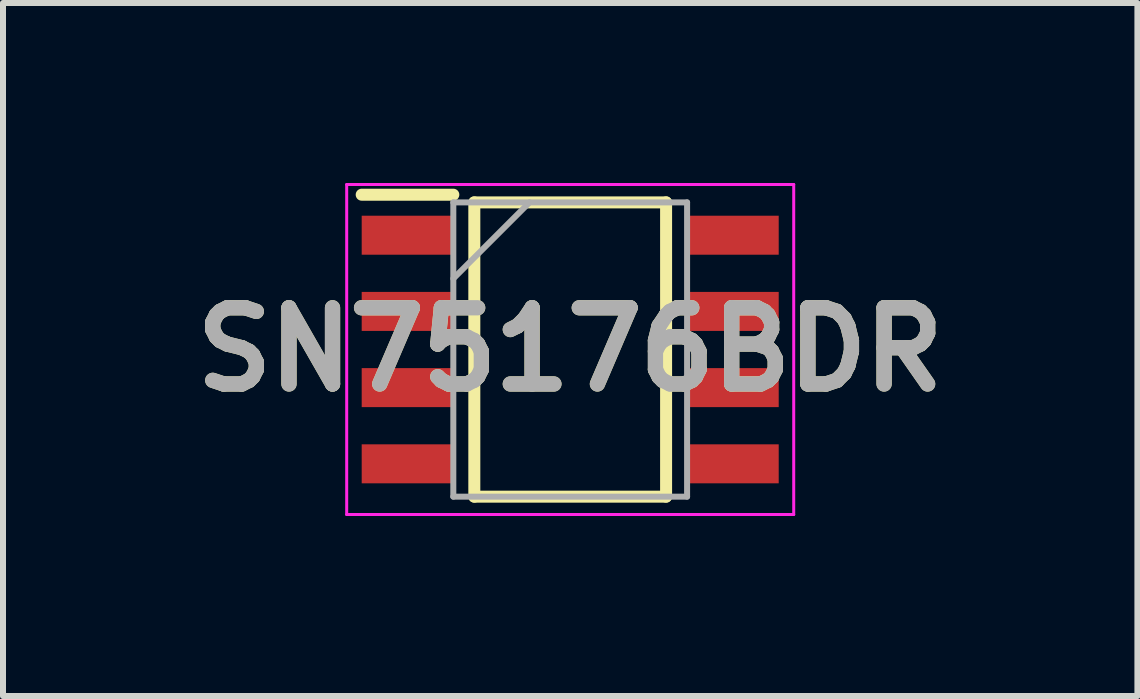
<source format=kicad_pcb>
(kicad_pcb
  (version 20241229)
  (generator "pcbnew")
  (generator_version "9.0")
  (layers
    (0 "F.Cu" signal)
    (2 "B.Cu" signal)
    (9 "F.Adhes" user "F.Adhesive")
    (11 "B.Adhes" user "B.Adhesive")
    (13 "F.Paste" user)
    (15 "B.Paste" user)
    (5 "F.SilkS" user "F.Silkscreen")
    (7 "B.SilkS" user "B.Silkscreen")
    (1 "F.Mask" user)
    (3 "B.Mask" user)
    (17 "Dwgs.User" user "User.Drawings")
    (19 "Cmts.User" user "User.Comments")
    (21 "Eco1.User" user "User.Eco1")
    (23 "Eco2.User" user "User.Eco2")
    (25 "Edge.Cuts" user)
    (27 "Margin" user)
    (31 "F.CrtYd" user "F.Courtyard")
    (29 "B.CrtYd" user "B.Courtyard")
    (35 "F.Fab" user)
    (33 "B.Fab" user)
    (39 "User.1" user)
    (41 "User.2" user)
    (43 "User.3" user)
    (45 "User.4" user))
  (footprint "SN75176BDR"
    (layer "F.Cu")
    (at 6.453 2.775)
    (property "Reference" "SN75176BDR" (at 0 0 0) (layer "F.SilkS") (effects (font (size 1.27 1.27) (thickness 0.254))))
    (attr smd)
    (fp_line (start -3.475 -2.58) (end -1.948 -2.58) (stroke (width 0.2) (type solid)) (layer "F.SilkS"))
    (fp_line (start -1.598 -2.452) (end 1.598 -2.452) (stroke (width 0.2) (type solid)) (layer "F.SilkS"))
    (fp_line (start -1.598 2.452) (end -1.598 -2.452) (stroke (width 0.2) (type solid)) (layer "F.SilkS"))
    (fp_line (start 1.598 -2.452) (end 1.598 2.452) (stroke (width 0.2) (type solid)) (layer "F.SilkS"))
    (fp_line (start 1.598 2.452) (end -1.598 2.452) (stroke (width 0.2) (type solid)) (layer "F.SilkS"))
    (fp_line (start -3.725 -2.75) (end 3.725 -2.75) (stroke (width 0.05) (type solid)) (layer "F.CrtYd"))
    (fp_line (start -3.725 2.75) (end -3.725 -2.75) (stroke (width 0.05) (type solid)) (layer "F.CrtYd"))
    (fp_line (start 3.725 -2.75) (end 3.725 2.75) (stroke (width 0.05) (type solid)) (layer "F.CrtYd"))
    (fp_line (start 3.725 2.75) (end -3.725 2.75) (stroke (width 0.05) (type solid)) (layer "F.CrtYd"))
    (fp_line (start -1.948 -2.452) (end 1.948 -2.452) (stroke (width 0.1) (type solid)) (layer "F.Fab"))
    (fp_line (start -1.948 -1.182) (end -0.678 -2.452) (stroke (width 0.1) (type solid)) (layer "F.Fab"))
    (fp_line (start -1.948 2.452) (end -1.948 -2.452) (stroke (width 0.1) (type solid)) (layer "F.Fab"))
    (fp_line (start 1.948 -2.452) (end 1.948 2.452) (stroke (width 0.1) (type solid)) (layer "F.Fab"))
    (fp_line (start 1.948 2.452) (end -1.948 2.452) (stroke (width 0.1) (type solid)) (layer "F.Fab"))
    (fp_text user "${REFERENCE}" (at 0 0 0) (layer "F.Fab") (effects (font (size 1.27 1.27) (thickness 0.254))))
    (pad "1" smd rect (at -2.711 -1.905 90) (size 0.65 1.528) (layers "F.Cu" "F.Mask" "F.Paste"))
    (pad "2" smd rect (at -2.711 -0.635 90) (size 0.65 1.528) (layers "F.Cu" "F.Mask" "F.Paste"))
    (pad "3" smd rect (at -2.711 0.635 90) (size 0.65 1.528) (layers "F.Cu" "F.Mask" "F.Paste"))
    (pad "4" smd rect (at -2.711 1.905 90) (size 0.65 1.528) (layers "F.Cu" "F.Mask" "F.Paste"))
    (pad "5" smd rect (at 2.711 1.905 90) (size 0.65 1.528) (layers "F.Cu" "F.Mask" "F.Paste"))
    (pad "6" smd rect (at 2.711 0.635 90) (size 0.65 1.528) (layers "F.Cu" "F.Mask" "F.Paste"))
    (pad "7" smd rect (at 2.711 -0.635 90) (size 0.65 1.528) (layers "F.Cu" "F.Mask" "F.Paste"))
    (pad "8" smd rect (at 2.711 -1.905 90) (size 0.65 1.528) (layers "F.Cu" "F.Mask" "F.Paste")))
  (gr_rect
    (start -3 -3)
    (end 15.906 8.55)
    (stroke (width 0.1) (type default))
    (fill no)
    (layer "Edge.Cuts")))
</source>
